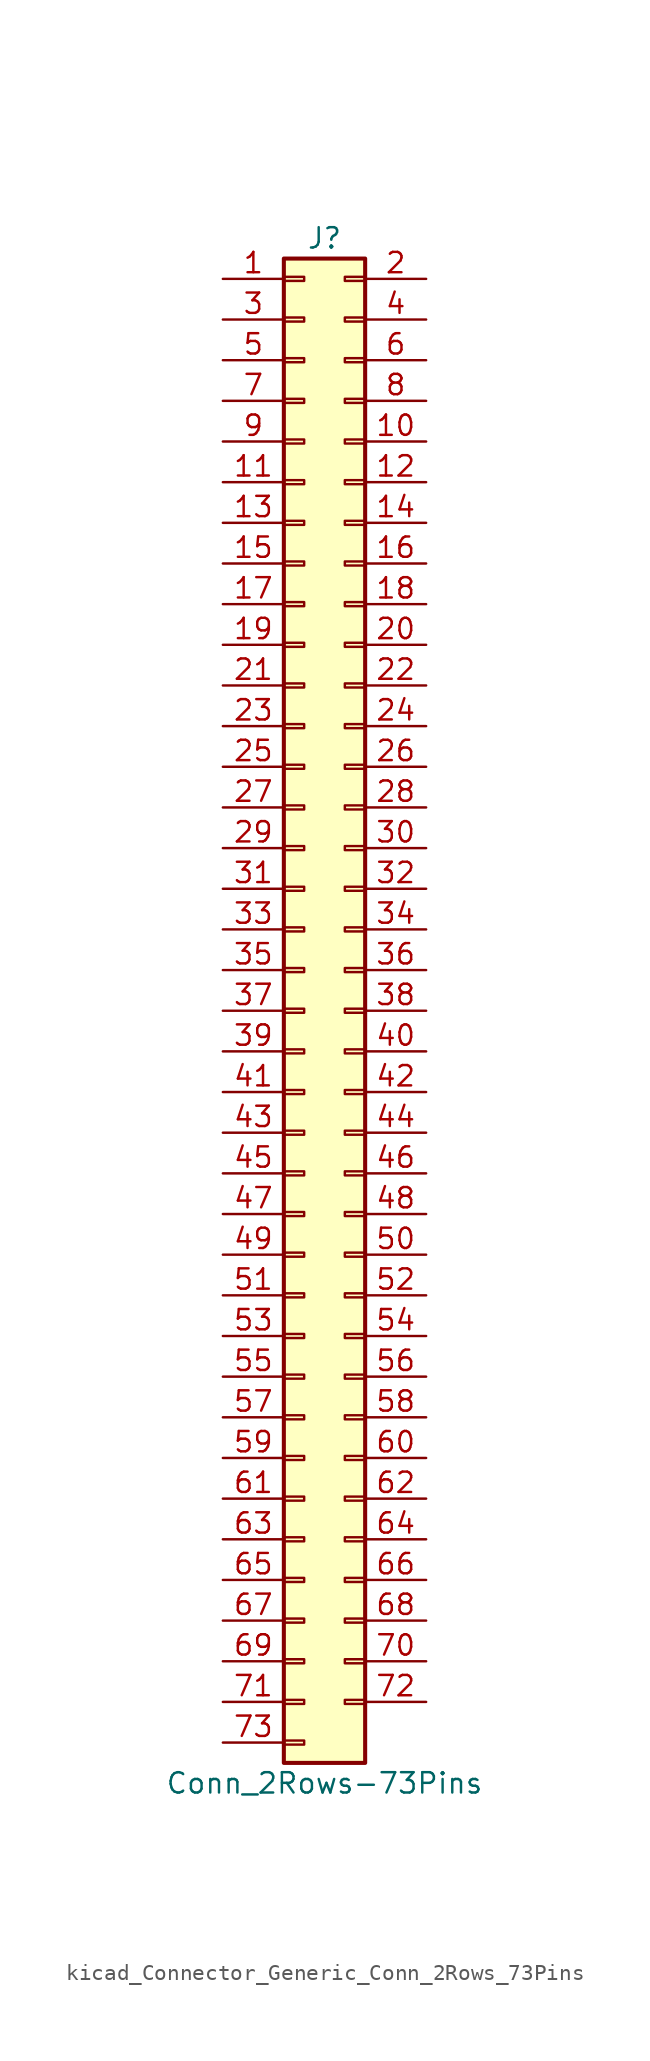
<source format=kicad_sym>
(kicad_symbol_lib
  (version 20220914)
  (generator kicad_symbol_editor)
  (symbol "kicad_Connector_Generic_Conn_2Rows_73Pins"
    (pin_names
      (offset 1.016) hide)
    (property "Reference" "J"
      (at 1.27 48.26 0)
      (effects (font (size 1.27 1.27))))
    (property "Value" "Conn_2Rows-73Pins"
      (at 1.27 -48.26 0)
      (effects (font (size 1.27 1.27))))
    (symbol "kicad_Connector_Generic_Conn_2Rows_73Pins_1_1"
      (rectangle (start -1.27 -45.593) (end 0 -45.847) (stroke (width 0.152) (type default)) (fill (type none)))
      (rectangle (start -1.27 -43.053) (end 0 -43.307) (stroke (width 0.152) (type default)) (fill (type none)))
      (rectangle (start -1.27 -40.513) (end 0 -40.767) (stroke (width 0.152) (type default)) (fill (type none)))
      (rectangle (start -1.27 -37.973) (end 0 -38.227) (stroke (width 0.152) (type default)) (fill (type none)))
      (rectangle (start -1.27 -35.433) (end 0 -35.687) (stroke (width 0.152) (type default)) (fill (type none)))
      (rectangle (start -1.27 -32.893) (end 0 -33.147) (stroke (width 0.152) (type default)) (fill (type none)))
      (rectangle (start -1.27 -30.353) (end 0 -30.607) (stroke (width 0.152) (type default)) (fill (type none)))
      (rectangle (start -1.27 -27.813) (end 0 -28.067) (stroke (width 0.152) (type default)) (fill (type none)))
      (rectangle (start -1.27 -25.273) (end 0 -25.527) (stroke (width 0.152) (type default)) (fill (type none)))
      (rectangle (start -1.27 -22.733) (end 0 -22.987) (stroke (width 0.152) (type default)) (fill (type none)))
      (rectangle (start -1.27 -20.193) (end 0 -20.447) (stroke (width 0.152) (type default)) (fill (type none)))
      (rectangle (start -1.27 -17.653) (end 0 -17.907) (stroke (width 0.152) (type default)) (fill (type none)))
      (rectangle (start -1.27 -15.113) (end 0 -15.367) (stroke (width 0.152) (type default)) (fill (type none)))
      (rectangle (start -1.27 -12.573) (end 0 -12.827) (stroke (width 0.152) (type default)) (fill (type none)))
      (rectangle (start -1.27 -10.033) (end 0 -10.287) (stroke (width 0.152) (type default)) (fill (type none)))
      (rectangle (start -1.27 -7.493) (end 0 -7.747) (stroke (width 0.152) (type default)) (fill (type none)))
      (rectangle (start -1.27 -4.953) (end 0 -5.207) (stroke (width 0.152) (type default)) (fill (type none)))
      (rectangle (start -1.27 -2.413) (end 0 -2.667) (stroke (width 0.152) (type default)) (fill (type none)))
      (rectangle (start -1.27 0.127) (end 0 -0.127) (stroke (width 0.152) (type default)) (fill (type none)))
      (rectangle (start -1.27 2.667) (end 0 2.413) (stroke (width 0.152) (type default)) (fill (type none)))
      (rectangle (start -1.27 5.207) (end 0 4.953) (stroke (width 0.152) (type default)) (fill (type none)))
      (rectangle (start -1.27 7.747) (end 0 7.493) (stroke (width 0.152) (type default)) (fill (type none)))
      (rectangle (start -1.27 10.287) (end 0 10.033) (stroke (width 0.152) (type default)) (fill (type none)))
      (rectangle (start -1.27 12.827) (end 0 12.573) (stroke (width 0.152) (type default)) (fill (type none)))
      (rectangle (start -1.27 15.367) (end 0 15.113) (stroke (width 0.152) (type default)) (fill (type none)))
      (rectangle (start -1.27 17.907) (end 0 17.653) (stroke (width 0.152) (type default)) (fill (type none)))
      (rectangle (start -1.27 20.447) (end 0 20.193) (stroke (width 0.152) (type default)) (fill (type none)))
      (rectangle (start -1.27 22.987) (end 0 22.733) (stroke (width 0.152) (type default)) (fill (type none)))
      (rectangle (start -1.27 25.527) (end 0 25.273) (stroke (width 0.152) (type default)) (fill (type none)))
      (rectangle (start -1.27 28.067) (end 0 27.813) (stroke (width 0.152) (type default)) (fill (type none)))
      (rectangle (start -1.27 30.607) (end 0 30.353) (stroke (width 0.152) (type default)) (fill (type none)))
      (rectangle (start -1.27 33.147) (end 0 32.893) (stroke (width 0.152) (type default)) (fill (type none)))
      (rectangle (start -1.27 35.687) (end 0 35.433) (stroke (width 0.152) (type default)) (fill (type none)))
      (rectangle (start -1.27 38.227) (end 0 37.973) (stroke (width 0.152) (type default)) (fill (type none)))
      (rectangle (start -1.27 40.767) (end 0 40.513) (stroke (width 0.152) (type default)) (fill (type none)))
      (rectangle (start -1.27 43.307) (end 0 43.053) (stroke (width 0.152) (type default)) (fill (type none)))
      (rectangle (start -1.27 45.847) (end 0 45.593) (stroke (width 0.152) (type default)) (fill (type none)))
      (rectangle (start -1.27 46.99) (end 3.81 -46.99) (stroke (width 0.254) (type default)) (fill (type background)))
      (rectangle (start 3.81 -43.053) (end 2.54 -43.307) (stroke (width 0.152) (type default)) (fill (type none)))
      (rectangle (start 3.81 -40.513) (end 2.54 -40.767) (stroke (width 0.152) (type default)) (fill (type none)))
      (rectangle (start 3.81 -37.973) (end 2.54 -38.227) (stroke (width 0.152) (type default)) (fill (type none)))
      (rectangle (start 3.81 -35.433) (end 2.54 -35.687) (stroke (width 0.152) (type default)) (fill (type none)))
      (rectangle (start 3.81 -32.893) (end 2.54 -33.147) (stroke (width 0.152) (type default)) (fill (type none)))
      (rectangle (start 3.81 -30.353) (end 2.54 -30.607) (stroke (width 0.152) (type default)) (fill (type none)))
      (rectangle (start 3.81 -27.813) (end 2.54 -28.067) (stroke (width 0.152) (type default)) (fill (type none)))
      (rectangle (start 3.81 -25.273) (end 2.54 -25.527) (stroke (width 0.152) (type default)) (fill (type none)))
      (rectangle (start 3.81 -22.733) (end 2.54 -22.987) (stroke (width 0.152) (type default)) (fill (type none)))
      (rectangle (start 3.81 -20.193) (end 2.54 -20.447) (stroke (width 0.152) (type default)) (fill (type none)))
      (rectangle (start 3.81 -17.653) (end 2.54 -17.907) (stroke (width 0.152) (type default)) (fill (type none)))
      (rectangle (start 3.81 -15.113) (end 2.54 -15.367) (stroke (width 0.152) (type default)) (fill (type none)))
      (rectangle (start 3.81 -12.573) (end 2.54 -12.827) (stroke (width 0.152) (type default)) (fill (type none)))
      (rectangle (start 3.81 -10.033) (end 2.54 -10.287) (stroke (width 0.152) (type default)) (fill (type none)))
      (rectangle (start 3.81 -7.493) (end 2.54 -7.747) (stroke (width 0.152) (type default)) (fill (type none)))
      (rectangle (start 3.81 -4.953) (end 2.54 -5.207) (stroke (width 0.152) (type default)) (fill (type none)))
      (rectangle (start 3.81 -2.413) (end 2.54 -2.667) (stroke (width 0.152) (type default)) (fill (type none)))
      (rectangle (start 3.81 0.127) (end 2.54 -0.127) (stroke (width 0.152) (type default)) (fill (type none)))
      (rectangle (start 3.81 2.667) (end 2.54 2.413) (stroke (width 0.152) (type default)) (fill (type none)))
      (rectangle (start 3.81 5.207) (end 2.54 4.953) (stroke (width 0.152) (type default)) (fill (type none)))
      (rectangle (start 3.81 7.747) (end 2.54 7.493) (stroke (width 0.152) (type default)) (fill (type none)))
      (rectangle (start 3.81 10.287) (end 2.54 10.033) (stroke (width 0.152) (type default)) (fill (type none)))
      (rectangle (start 3.81 12.827) (end 2.54 12.573) (stroke (width 0.152) (type default)) (fill (type none)))
      (rectangle (start 3.81 15.367) (end 2.54 15.113) (stroke (width 0.152) (type default)) (fill (type none)))
      (rectangle (start 3.81 17.907) (end 2.54 17.653) (stroke (width 0.152) (type default)) (fill (type none)))
      (rectangle (start 3.81 20.447) (end 2.54 20.193) (stroke (width 0.152) (type default)) (fill (type none)))
      (rectangle (start 3.81 22.987) (end 2.54 22.733) (stroke (width 0.152) (type default)) (fill (type none)))
      (rectangle (start 3.81 25.527) (end 2.54 25.273) (stroke (width 0.152) (type default)) (fill (type none)))
      (rectangle (start 3.81 28.067) (end 2.54 27.813) (stroke (width 0.152) (type default)) (fill (type none)))
      (rectangle (start 3.81 30.607) (end 2.54 30.353) (stroke (width 0.152) (type default)) (fill (type none)))
      (rectangle (start 3.81 33.147) (end 2.54 32.893) (stroke (width 0.152) (type default)) (fill (type none)))
      (rectangle (start 3.81 35.687) (end 2.54 35.433) (stroke (width 0.152) (type default)) (fill (type none)))
      (rectangle (start 3.81 38.227) (end 2.54 37.973) (stroke (width 0.152) (type default)) (fill (type none)))
      (rectangle (start 3.81 40.767) (end 2.54 40.513) (stroke (width 0.152) (type default)) (fill (type none)))
      (rectangle (start 3.81 43.307) (end 2.54 43.053) (stroke (width 0.152) (type default)) (fill (type none)))
      (rectangle (start 3.81 45.847) (end 2.54 45.593) (stroke (width 0.152) (type default)) (fill (type none)))
      (pin passive line (at -5.08 45.72 0) (length 3.81) (name "Pin_1" (effects (font (size 1.27 1.27)))) (number "1" (effects (font (size 1.27 1.27)))))
      (pin passive line (at 7.62 35.56 180) (length 3.81) (name "Pin_10" (effects (font (size 1.27 1.27)))) (number "10" (effects (font (size 1.27 1.27)))))
      (pin passive line (at -5.08 33.02 0) (length 3.81) (name "Pin_11" (effects (font (size 1.27 1.27)))) (number "11" (effects (font (size 1.27 1.27)))))
      (pin passive line (at 7.62 33.02 180) (length 3.81) (name "Pin_12" (effects (font (size 1.27 1.27)))) (number "12" (effects (font (size 1.27 1.27)))))
      (pin passive line (at -5.08 30.48 0) (length 3.81) (name "Pin_13" (effects (font (size 1.27 1.27)))) (number "13" (effects (font (size 1.27 1.27)))))
      (pin passive line (at 7.62 30.48 180) (length 3.81) (name "Pin_14" (effects (font (size 1.27 1.27)))) (number "14" (effects (font (size 1.27 1.27)))))
      (pin passive line (at -5.08 27.94 0) (length 3.81) (name "Pin_15" (effects (font (size 1.27 1.27)))) (number "15" (effects (font (size 1.27 1.27)))))
      (pin passive line (at 7.62 27.94 180) (length 3.81) (name "Pin_16" (effects (font (size 1.27 1.27)))) (number "16" (effects (font (size 1.27 1.27)))))
      (pin passive line (at -5.08 25.4 0) (length 3.81) (name "Pin_17" (effects (font (size 1.27 1.27)))) (number "17" (effects (font (size 1.27 1.27)))))
      (pin passive line (at 7.62 25.4 180) (length 3.81) (name "Pin_18" (effects (font (size 1.27 1.27)))) (number "18" (effects (font (size 1.27 1.27)))))
      (pin passive line (at -5.08 22.86 0) (length 3.81) (name "Pin_19" (effects (font (size 1.27 1.27)))) (number "19" (effects (font (size 1.27 1.27)))))
      (pin passive line (at 7.62 45.72 180) (length 3.81) (name "Pin_2" (effects (font (size 1.27 1.27)))) (number "2" (effects (font (size 1.27 1.27)))))
      (pin passive line (at 7.62 22.86 180) (length 3.81) (name "Pin_20" (effects (font (size 1.27 1.27)))) (number "20" (effects (font (size 1.27 1.27)))))
      (pin passive line (at -5.08 20.32 0) (length 3.81) (name "Pin_21" (effects (font (size 1.27 1.27)))) (number "21" (effects (font (size 1.27 1.27)))))
      (pin passive line (at 7.62 20.32 180) (length 3.81) (name "Pin_22" (effects (font (size 1.27 1.27)))) (number "22" (effects (font (size 1.27 1.27)))))
      (pin passive line (at -5.08 17.78 0) (length 3.81) (name "Pin_23" (effects (font (size 1.27 1.27)))) (number "23" (effects (font (size 1.27 1.27)))))
      (pin passive line (at 7.62 17.78 180) (length 3.81) (name "Pin_24" (effects (font (size 1.27 1.27)))) (number "24" (effects (font (size 1.27 1.27)))))
      (pin passive line (at -5.08 15.24 0) (length 3.81) (name "Pin_25" (effects (font (size 1.27 1.27)))) (number "25" (effects (font (size 1.27 1.27)))))
      (pin passive line (at 7.62 15.24 180) (length 3.81) (name "Pin_26" (effects (font (size 1.27 1.27)))) (number "26" (effects (font (size 1.27 1.27)))))
      (pin passive line (at -5.08 12.7 0) (length 3.81) (name "Pin_27" (effects (font (size 1.27 1.27)))) (number "27" (effects (font (size 1.27 1.27)))))
      (pin passive line (at 7.62 12.7 180) (length 3.81) (name "Pin_28" (effects (font (size 1.27 1.27)))) (number "28" (effects (font (size 1.27 1.27)))))
      (pin passive line (at -5.08 10.16 0) (length 3.81) (name "Pin_29" (effects (font (size 1.27 1.27)))) (number "29" (effects (font (size 1.27 1.27)))))
      (pin passive line (at -5.08 43.18 0) (length 3.81) (name "Pin_3" (effects (font (size 1.27 1.27)))) (number "3" (effects (font (size 1.27 1.27)))))
      (pin passive line (at 7.62 10.16 180) (length 3.81) (name "Pin_30" (effects (font (size 1.27 1.27)))) (number "30" (effects (font (size 1.27 1.27)))))
      (pin passive line (at -5.08 7.62 0) (length 3.81) (name "Pin_31" (effects (font (size 1.27 1.27)))) (number "31" (effects (font (size 1.27 1.27)))))
      (pin passive line (at 7.62 7.62 180) (length 3.81) (name "Pin_32" (effects (font (size 1.27 1.27)))) (number "32" (effects (font (size 1.27 1.27)))))
      (pin passive line (at -5.08 5.08 0) (length 3.81) (name "Pin_33" (effects (font (size 1.27 1.27)))) (number "33" (effects (font (size 1.27 1.27)))))
      (pin passive line (at 7.62 5.08 180) (length 3.81) (name "Pin_34" (effects (font (size 1.27 1.27)))) (number "34" (effects (font (size 1.27 1.27)))))
      (pin passive line (at -5.08 2.54 0) (length 3.81) (name "Pin_35" (effects (font (size 1.27 1.27)))) (number "35" (effects (font (size 1.27 1.27)))))
      (pin passive line (at 7.62 2.54 180) (length 3.81) (name "Pin_36" (effects (font (size 1.27 1.27)))) (number "36" (effects (font (size 1.27 1.27)))))
      (pin passive line (at -5.08 0 0) (length 3.81) (name "Pin_37" (effects (font (size 1.27 1.27)))) (number "37" (effects (font (size 1.27 1.27)))))
      (pin passive line (at 7.62 0 180) (length 3.81) (name "Pin_38" (effects (font (size 1.27 1.27)))) (number "38" (effects (font (size 1.27 1.27)))))
      (pin passive line (at -5.08 -2.54 0) (length 3.81) (name "Pin_39" (effects (font (size 1.27 1.27)))) (number "39" (effects (font (size 1.27 1.27)))))
      (pin passive line (at 7.62 43.18 180) (length 3.81) (name "Pin_4" (effects (font (size 1.27 1.27)))) (number "4" (effects (font (size 1.27 1.27)))))
      (pin passive line (at 7.62 -2.54 180) (length 3.81) (name "Pin_40" (effects (font (size 1.27 1.27)))) (number "40" (effects (font (size 1.27 1.27)))))
      (pin passive line (at -5.08 -5.08 0) (length 3.81) (name "Pin_41" (effects (font (size 1.27 1.27)))) (number "41" (effects (font (size 1.27 1.27)))))
      (pin passive line (at 7.62 -5.08 180) (length 3.81) (name "Pin_42" (effects (font (size 1.27 1.27)))) (number "42" (effects (font (size 1.27 1.27)))))
      (pin passive line (at -5.08 -7.62 0) (length 3.81) (name "Pin_43" (effects (font (size 1.27 1.27)))) (number "43" (effects (font (size 1.27 1.27)))))
      (pin passive line (at 7.62 -7.62 180) (length 3.81) (name "Pin_44" (effects (font (size 1.27 1.27)))) (number "44" (effects (font (size 1.27 1.27)))))
      (pin passive line (at -5.08 -10.16 0) (length 3.81) (name "Pin_45" (effects (font (size 1.27 1.27)))) (number "45" (effects (font (size 1.27 1.27)))))
      (pin passive line (at 7.62 -10.16 180) (length 3.81) (name "Pin_46" (effects (font (size 1.27 1.27)))) (number "46" (effects (font (size 1.27 1.27)))))
      (pin passive line (at -5.08 -12.7 0) (length 3.81) (name "Pin_47" (effects (font (size 1.27 1.27)))) (number "47" (effects (font (size 1.27 1.27)))))
      (pin passive line (at 7.62 -12.7 180) (length 3.81) (name "Pin_48" (effects (font (size 1.27 1.27)))) (number "48" (effects (font (size 1.27 1.27)))))
      (pin passive line (at -5.08 -15.24 0) (length 3.81) (name "Pin_49" (effects (font (size 1.27 1.27)))) (number "49" (effects (font (size 1.27 1.27)))))
      (pin passive line (at -5.08 40.64 0) (length 3.81) (name "Pin_5" (effects (font (size 1.27 1.27)))) (number "5" (effects (font (size 1.27 1.27)))))
      (pin passive line (at 7.62 -15.24 180) (length 3.81) (name "Pin_50" (effects (font (size 1.27 1.27)))) (number "50" (effects (font (size 1.27 1.27)))))
      (pin passive line (at -5.08 -17.78 0) (length 3.81) (name "Pin_51" (effects (font (size 1.27 1.27)))) (number "51" (effects (font (size 1.27 1.27)))))
      (pin passive line (at 7.62 -17.78 180) (length 3.81) (name "Pin_52" (effects (font (size 1.27 1.27)))) (number "52" (effects (font (size 1.27 1.27)))))
      (pin passive line (at -5.08 -20.32 0) (length 3.81) (name "Pin_53" (effects (font (size 1.27 1.27)))) (number "53" (effects (font (size 1.27 1.27)))))
      (pin passive line (at 7.62 -20.32 180) (length 3.81) (name "Pin_54" (effects (font (size 1.27 1.27)))) (number "54" (effects (font (size 1.27 1.27)))))
      (pin passive line (at -5.08 -22.86 0) (length 3.81) (name "Pin_55" (effects (font (size 1.27 1.27)))) (number "55" (effects (font (size 1.27 1.27)))))
      (pin passive line (at 7.62 -22.86 180) (length 3.81) (name "Pin_56" (effects (font (size 1.27 1.27)))) (number "56" (effects (font (size 1.27 1.27)))))
      (pin passive line (at -5.08 -25.4 0) (length 3.81) (name "Pin_57" (effects (font (size 1.27 1.27)))) (number "57" (effects (font (size 1.27 1.27)))))
      (pin passive line (at 7.62 -25.4 180) (length 3.81) (name "Pin_58" (effects (font (size 1.27 1.27)))) (number "58" (effects (font (size 1.27 1.27)))))
      (pin passive line (at -5.08 -27.94 0) (length 3.81) (name "Pin_59" (effects (font (size 1.27 1.27)))) (number "59" (effects (font (size 1.27 1.27)))))
      (pin passive line (at 7.62 40.64 180) (length 3.81) (name "Pin_6" (effects (font (size 1.27 1.27)))) (number "6" (effects (font (size 1.27 1.27)))))
      (pin passive line (at 7.62 -27.94 180) (length 3.81) (name "Pin_60" (effects (font (size 1.27 1.27)))) (number "60" (effects (font (size 1.27 1.27)))))
      (pin passive line (at -5.08 -30.48 0) (length 3.81) (name "Pin_61" (effects (font (size 1.27 1.27)))) (number "61" (effects (font (size 1.27 1.27)))))
      (pin passive line (at 7.62 -30.48 180) (length 3.81) (name "Pin_62" (effects (font (size 1.27 1.27)))) (number "62" (effects (font (size 1.27 1.27)))))
      (pin passive line (at -5.08 -33.02 0) (length 3.81) (name "Pin_63" (effects (font (size 1.27 1.27)))) (number "63" (effects (font (size 1.27 1.27)))))
      (pin passive line (at 7.62 -33.02 180) (length 3.81) (name "Pin_64" (effects (font (size 1.27 1.27)))) (number "64" (effects (font (size 1.27 1.27)))))
      (pin passive line (at -5.08 -35.56 0) (length 3.81) (name "Pin_65" (effects (font (size 1.27 1.27)))) (number "65" (effects (font (size 1.27 1.27)))))
      (pin passive line (at 7.62 -35.56 180) (length 3.81) (name "Pin_66" (effects (font (size 1.27 1.27)))) (number "66" (effects (font (size 1.27 1.27)))))
      (pin passive line (at -5.08 -38.1 0) (length 3.81) (name "Pin_67" (effects (font (size 1.27 1.27)))) (number "67" (effects (font (size 1.27 1.27)))))
      (pin passive line (at 7.62 -38.1 180) (length 3.81) (name "Pin_68" (effects (font (size 1.27 1.27)))) (number "68" (effects (font (size 1.27 1.27)))))
      (pin passive line (at -5.08 -40.64 0) (length 3.81) (name "Pin_69" (effects (font (size 1.27 1.27)))) (number "69" (effects (font (size 1.27 1.27)))))
      (pin passive line (at -5.08 38.1 0) (length 3.81) (name "Pin_7" (effects (font (size 1.27 1.27)))) (number "7" (effects (font (size 1.27 1.27)))))
      (pin passive line (at 7.62 -40.64 180) (length 3.81) (name "Pin_70" (effects (font (size 1.27 1.27)))) (number "70" (effects (font (size 1.27 1.27)))))
      (pin passive line (at -5.08 -43.18 0) (length 3.81) (name "Pin_71" (effects (font (size 1.27 1.27)))) (number "71" (effects (font (size 1.27 1.27)))))
      (pin passive line (at 7.62 -43.18 180) (length 3.81) (name "Pin_72" (effects (font (size 1.27 1.27)))) (number "72" (effects (font (size 1.27 1.27)))))
      (pin passive line (at -5.08 -45.72 0) (length 3.81) (name "Pin_73" (effects (font (size 1.27 1.27)))) (number "73" (effects (font (size 1.27 1.27)))))
      (pin passive line (at 7.62 38.1 180) (length 3.81) (name "Pin_8" (effects (font (size 1.27 1.27)))) (number "8" (effects (font (size 1.27 1.27)))))
      (pin passive line (at -5.08 35.56 0) (length 3.81) (name "Pin_9" (effects (font (size 1.27 1.27)))) (number "9" (effects (font (size 1.27 1.27))))))))
</source>
